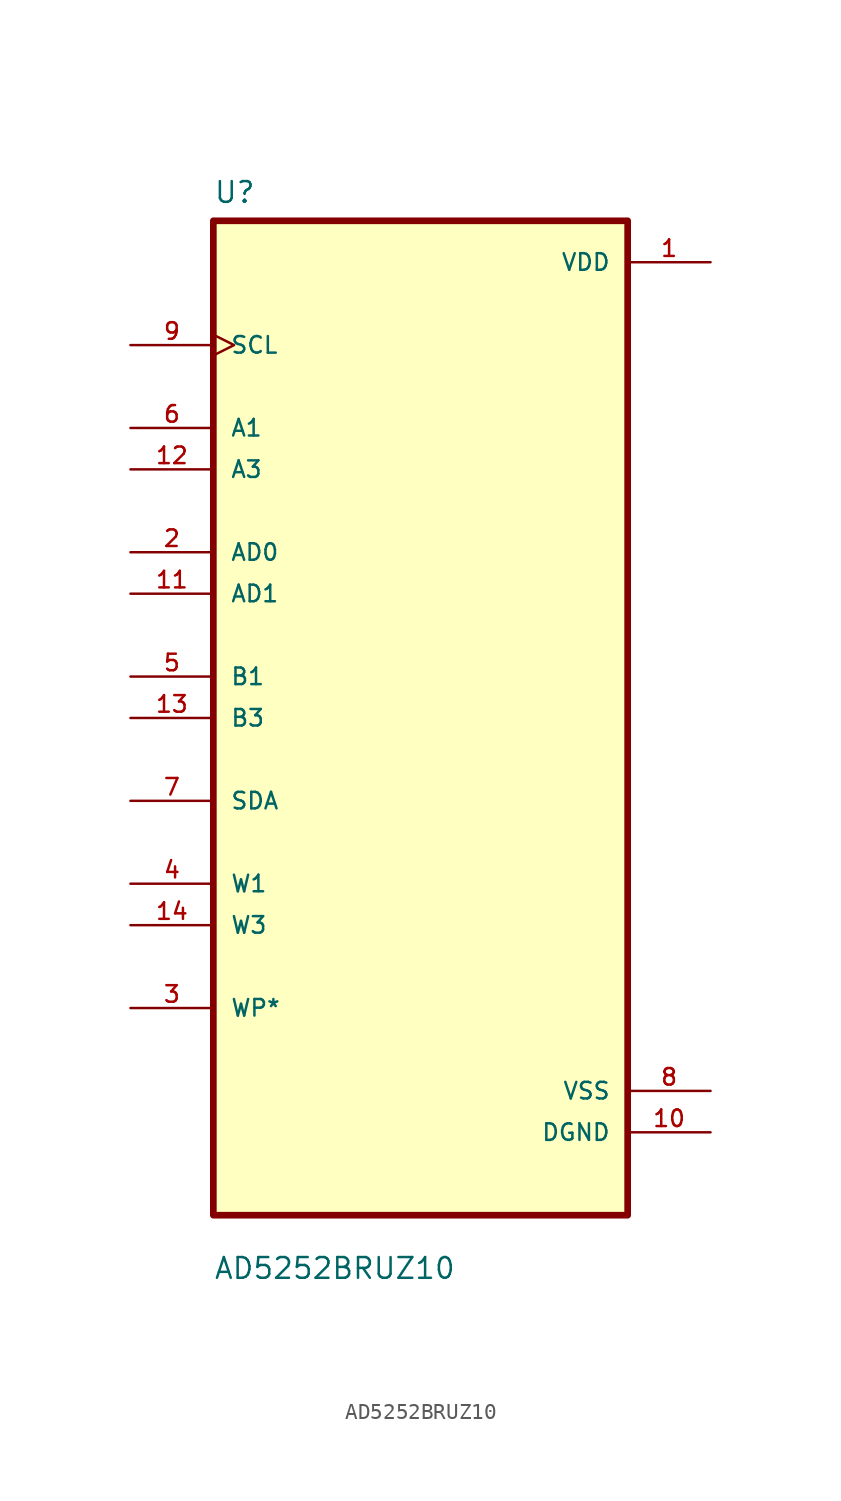
<source format=kicad_sym>
(kicad_symbol_lib
  (version 20211014)
  (generator kicad_symbol_editor)
  (symbol "AD5252BRUZ10"
    (pin_names
      (offset 1.016))
    (property "Reference" "U"
      (at -12.7 31.48 0.0)
      (effects (font (size 1.27 1.27)) (justify bottom left)))
    (property "Value" "AD5252BRUZ10"
      (at -12.7 -34.48 0.0)
      (effects (font (size 1.27 1.27)) (justify bottom left)))
    (symbol "AD5252BRUZ10_0_0"
      (rectangle (start -12.7 -30.48) (end 12.7 30.48) (stroke (width 0.41)) (fill (type background)))
      (pin input clock (at -17.78 22.86 0) (length 5.08) (name "SCL" (effects (font (size 1.016 1.016)))) (number "9" (effects (font (size 1.016 1.016)))))
      (pin bidirectional line (at -17.78 17.78 0) (length 5.08) (name "A1" (effects (font (size 1.016 1.016)))) (number "6" (effects (font (size 1.016 1.016)))))
      (pin bidirectional line (at -17.78 15.24 0) (length 5.08) (name "A3" (effects (font (size 1.016 1.016)))) (number "12" (effects (font (size 1.016 1.016)))))
      (pin bidirectional line (at -17.78 10.16 0) (length 5.08) (name "AD0" (effects (font (size 1.016 1.016)))) (number "2" (effects (font (size 1.016 1.016)))))
      (pin bidirectional line (at -17.78 7.62 0) (length 5.08) (name "AD1" (effects (font (size 1.016 1.016)))) (number "11" (effects (font (size 1.016 1.016)))))
      (pin bidirectional line (at -17.78 2.54 0) (length 5.08) (name "B1" (effects (font (size 1.016 1.016)))) (number "5" (effects (font (size 1.016 1.016)))))
      (pin bidirectional line (at -17.78 3.55271e-15 0) (length 5.08) (name "B3" (effects (font (size 1.016 1.016)))) (number "13" (effects (font (size 1.016 1.016)))))
      (pin bidirectional line (at -17.78 -5.08 0) (length 5.08) (name "SDA" (effects (font (size 1.016 1.016)))) (number "7" (effects (font (size 1.016 1.016)))))
      (pin bidirectional line (at -17.78 -10.16 0) (length 5.08) (name "W1" (effects (font (size 1.016 1.016)))) (number "4" (effects (font (size 1.016 1.016)))))
      (pin bidirectional line (at -17.78 -12.7 0) (length 5.08) (name "W3" (effects (font (size 1.016 1.016)))) (number "14" (effects (font (size 1.016 1.016)))))
      (pin bidirectional line (at -17.78 -17.78 0) (length 5.08) (name "WP*" (effects (font (size 1.016 1.016)))) (number "3" (effects (font (size 1.016 1.016)))))
      (pin power_in line (at 17.78 27.94 180.0) (length 5.08) (name "VDD" (effects (font (size 1.016 1.016)))) (number "1" (effects (font (size 1.016 1.016)))))
      (pin power_in line (at 17.78 -22.86 180.0) (length 5.08) (name "VSS" (effects (font (size 1.016 1.016)))) (number "8" (effects (font (size 1.016 1.016)))))
      (pin power_in line (at 17.78 -25.4 180.0) (length 5.08) (name "DGND" (effects (font (size 1.016 1.016)))) (number "10" (effects (font (size 1.016 1.016))))))))
</source>
